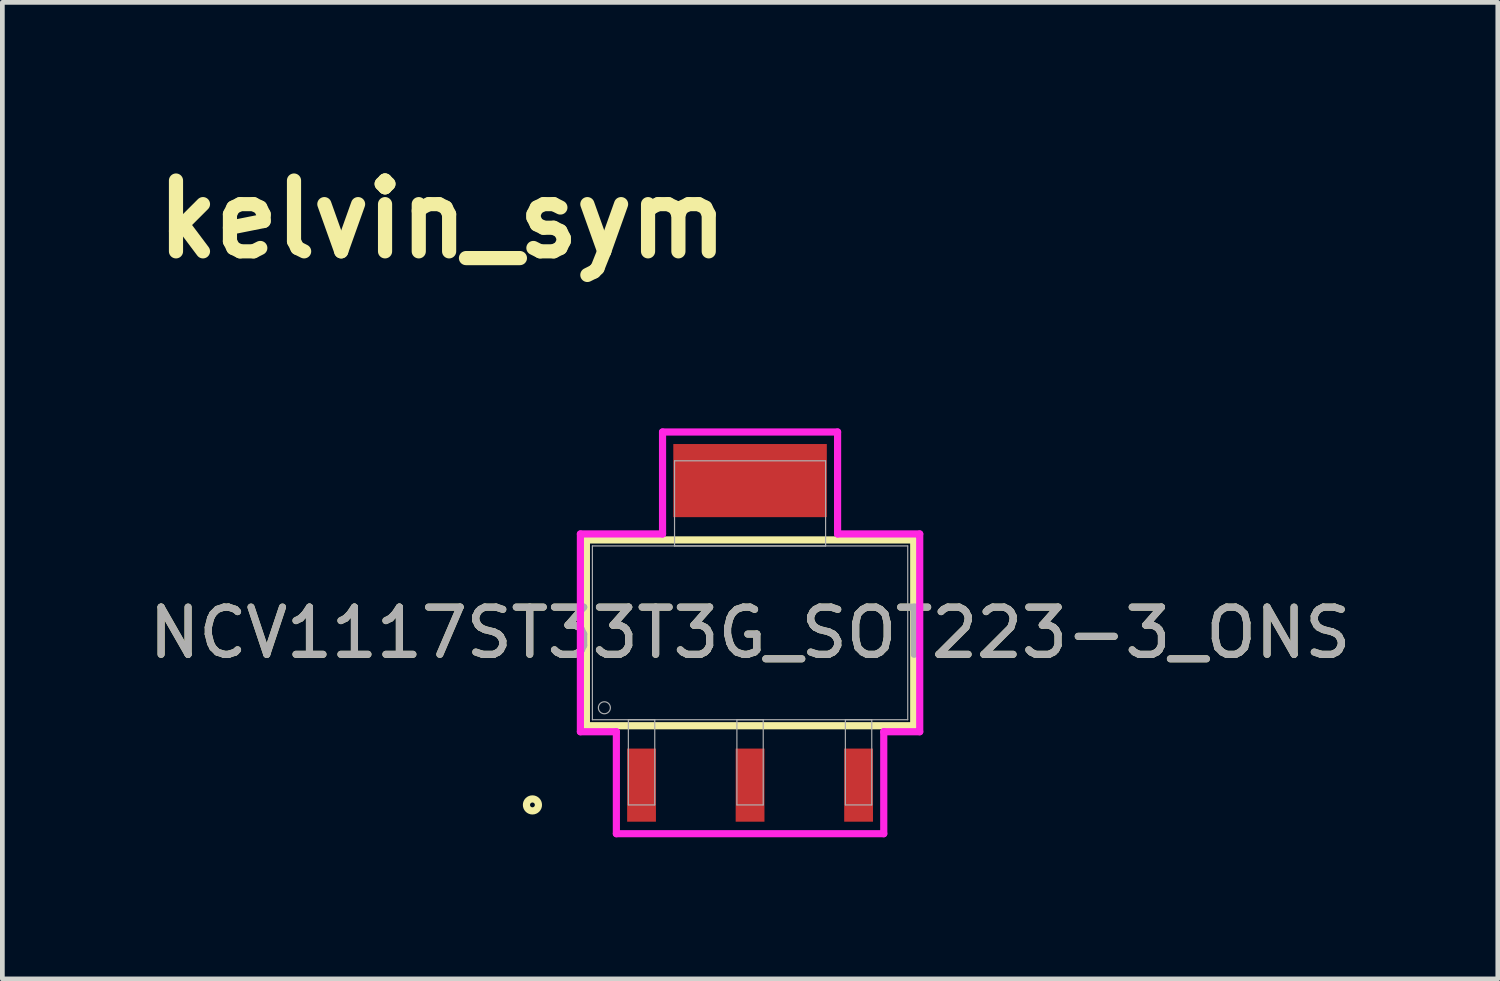
<source format=kicad_pcb>
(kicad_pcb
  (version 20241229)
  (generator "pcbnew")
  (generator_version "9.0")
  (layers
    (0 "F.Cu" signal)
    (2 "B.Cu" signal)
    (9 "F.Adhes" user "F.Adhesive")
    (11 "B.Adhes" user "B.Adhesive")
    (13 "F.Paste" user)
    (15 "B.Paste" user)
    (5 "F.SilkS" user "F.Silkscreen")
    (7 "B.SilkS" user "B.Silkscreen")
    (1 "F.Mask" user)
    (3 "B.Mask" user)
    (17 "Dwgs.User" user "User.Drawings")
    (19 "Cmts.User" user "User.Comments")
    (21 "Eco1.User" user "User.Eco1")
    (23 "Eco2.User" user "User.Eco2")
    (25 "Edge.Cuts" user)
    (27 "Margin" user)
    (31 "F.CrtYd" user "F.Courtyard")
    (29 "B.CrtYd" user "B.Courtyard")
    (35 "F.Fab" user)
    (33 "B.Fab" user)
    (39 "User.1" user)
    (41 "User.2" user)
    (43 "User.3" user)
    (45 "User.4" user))
  (footprint "kelvin_sym"
    (layer "F.Cu")
    (at 6.321 1.596)
    (property "Reference" "kelvin_sym" (at 0 0 0) (layer "F.SilkS") (effects (font (size 1.5 1.5) (thickness 0.3))))
    (attr board_only exclude_from_pos_files exclude_from_bom)
    (fp_poly (pts (xy -0.361 -0.507) (xy -0.333 -0.48) (xy -0.328 -0.447) (xy -0.343 -0.396) (xy -0.358 -0.378) (xy -0.415 -0.35) (xy -0.508 -0.322) (xy -0.629 -0.297) (xy -0.768 -0.278) (xy -0.913 -0.265) (xy -1.026 -0.26) (xy -1.102 -0.259) (xy -1.15 -0.265) (xy -1.178 -0.277) (xy -1.191 -0.289) (xy -1.215 -0.333) (xy -1.202 -0.365) (xy -1.149 -0.388) (xy -1.052 -0.404) (xy -1.026 -0.407) (xy -0.922 -0.42) (xy -0.796 -0.442) (xy -0.669 -0.469) (xy -0.632 -0.478) (xy -0.505 -0.506) (xy -0.417 -0.516)) (stroke (width 0) (type solid)) (fill yes) (layer "F.Mask"))
    (fp_poly (pts (xy 5.087 -0.272) (xy 5.111 -0.259) (xy 5.12 -0.251) (xy 5.145 -0.195) (xy 5.142 -0.157) (xy 5.133 -0.134) (xy 5.117 -0.114) (xy 5.086 -0.097) (xy 5.035 -0.078) (xy 4.958 -0.056) (xy 4.848 -0.03) (xy 4.699 0.004) (xy 4.668 0.011) (xy 4.514 0.043) (xy 4.399 0.061) (xy 4.317 0.065) (xy 4.261 0.056) (xy 4.23 0.036) (xy 4.195 -0.021) (xy 4.201 -0.07) (xy 4.242 -0.101) (xy 4.305 -0.103) (xy 4.349 -0.102) (xy 4.419 -0.112) (xy 4.519 -0.133) (xy 4.652 -0.167) (xy 4.825 -0.214) (xy 4.9 -0.235) (xy 4.993 -0.26) (xy 5.051 -0.272)) (stroke (width 0) (type solid)) (fill yes) (layer "F.Mask"))
    (fp_poly (pts (xy 3.813 -1.092) (xy 3.827 -1.078) (xy 3.85 -1.048) (xy 3.856 -1.018) (xy 3.844 -0.972) (xy 3.824 -0.922) (xy 3.783 -0.845) (xy 3.723 -0.759) (xy 3.672 -0.7) (xy 3.61 -0.627) (xy 3.539 -0.53) (xy 3.469 -0.425) (xy 3.442 -0.381) (xy 3.377 -0.269) (xy 3.299 -0.138) (xy 3.22 -0.008) (xy 3.181 0.058) (xy 3.039 0.292) (xy 3.235 0.481) (xy 3.407 0.63) (xy 3.579 0.74) (xy 3.763 0.818) (xy 3.893 0.855) (xy 4.028 0.881) (xy 4.14 0.886) (xy 4.248 0.869) (xy 4.37 0.83) (xy 4.371 0.83) (xy 4.518 0.775) (xy 4.627 0.735) (xy 4.707 0.708) (xy 4.764 0.693) (xy 4.804 0.688) (xy 4.835 0.691) (xy 4.863 0.7) (xy 4.868 0.702) (xy 4.934 0.74) (xy 4.988 0.786) (xy 5.025 0.818) (xy 5.068 0.835) (xy 5.124 0.837) (xy 5.201 0.823) (xy 5.305 0.791) (xy 5.444 0.742) (xy 5.459 0.736) (xy 5.625 0.677) (xy 5.756 0.638) (xy 5.858 0.618) (xy 5.938 0.615) (xy 6.003 0.627) (xy 6.034 0.641) (xy 6.1 0.664) (xy 6.176 0.676) (xy 6.248 0.677) (xy 6.298 0.665) (xy 6.309 0.655) (xy 6.346 0.634) (xy 6.397 0.64) (xy 6.439 0.669) (xy 6.457 0.703) (xy 6.446 0.744) (xy 6.432 0.768) (xy 6.368 0.834) (xy 6.275 0.873) (xy 6.164 0.885) (xy 6.048 0.868) (xy 5.979 0.842) (xy 5.879 0.793) (xy 5.591 0.911) (xy 5.413 0.98) (xy 5.27 1.028) (xy 5.157 1.054) (xy 5.067 1.06) (xy 4.996 1.045) (xy 4.936 1.011) (xy 4.884 0.959) (xy 4.841 0.914) (xy 4.809 0.891) (xy 4.804 0.89) (xy 4.775 0.899) (xy 4.713 0.925) (xy 4.629 0.963) (xy 4.551 1) (xy 4.44 1.051) (xy 4.356 1.084) (xy 4.284 1.104) (xy 4.209 1.113) (xy 4.144 1.117) (xy 4.022 1.115) (xy 3.903 1.101) (xy 3.839 1.088) (xy 3.6 1.001) (xy 3.373 0.872) (xy 3.167 0.707) (xy 3.128 0.668) (xy 2.943 0.481) (xy 2.883 0.563) (xy 2.809 0.652) (xy 2.728 0.734) (xy 2.649 0.8) (xy 2.583 0.841) (xy 2.558 0.849) (xy 2.469 0.848) (xy 2.391 0.815) (xy 2.337 0.757) (xy 2.318 0.688) (xy 2.33 0.648) (xy 2.537 0.648) (xy 2.571 0.634) (xy 2.571 0.634) (xy 2.616 0.603) (xy 2.635 0.583) (xy 2.636 0.569) (xy 2.603 0.583) (xy 2.603 0.583) (xy 2.558 0.614) (xy 2.538 0.635) (xy 2.537 0.648) (xy 2.33 0.648) (xy 2.337 0.621) (xy 2.39 0.543) (xy 2.466 0.463) (xy 2.557 0.388) (xy 2.654 0.327) (xy 2.748 0.288) (xy 2.768 0.283) (xy 2.816 0.264) (xy 2.863 0.223) (xy 2.916 0.15) (xy 2.93 0.128) (xy 2.977 0.053) (xy 3.015 -0.01) (xy 3.036 -0.047) (xy 3.036 -0.047) (xy 3.056 -0.082) (xy 3.093 -0.145) (xy 3.142 -0.223) (xy 3.154 -0.242) (xy 3.201 -0.317) (xy 3.234 -0.375) (xy 3.25 -0.407) (xy 3.25 -0.41) (xy 3.226 -0.405) (xy 3.17 -0.386) (xy 3.092 -0.356) (xy 3.067 -0.346) (xy 2.951 -0.306) (xy 2.84 -0.28) (xy 2.742 -0.268) (xy 2.666 -0.272) (xy 2.62 -0.292) (xy 2.61 -0.315) (xy 2.627 -0.352) (xy 2.682 -0.378) (xy 2.692 -0.38) (xy 2.819 -0.42) (xy 2.979 -0.484) (xy 3.166 -0.57) (xy 3.235 -0.603) (xy 3.33 -0.652) (xy 3.394 -0.69) (xy 3.439 -0.729) (xy 3.476 -0.778) (xy 3.517 -0.849) (xy 3.524 -0.861) (xy 3.598 -0.987) (xy 3.66 -1.07) (xy 3.715 -1.114) (xy 3.765 -1.121)) (stroke (width 0) (type solid)) (fill yes) (layer "F.Mask"))
    (fp_poly (pts (xy -5.15 -1.595) (xy -5.118 -1.556) (xy -5.114 -1.535) (xy -5.117 -1.505) (xy -5.127 -1.462) (xy -5.147 -1.403) (xy -5.177 -1.324) (xy -5.22 -1.221) (xy -5.276 -1.091) (xy -5.347 -0.931) (xy -5.434 -0.737) (xy -5.539 -0.504) (xy -5.582 -0.411) (xy -5.619 -0.326) (xy -5.646 -0.257) (xy -5.66 -0.215) (xy -5.66 -0.208) (xy -5.64 -0.215) (xy -5.589 -0.246) (xy -5.514 -0.297) (xy -5.421 -0.364) (xy -5.355 -0.413) (xy -5.191 -0.541) (xy -5.054 -0.66) (xy -4.93 -0.785) (xy -4.852 -0.873) (xy -4.73 -1.013) (xy -4.613 -1.143) (xy -4.506 -1.259) (xy -4.413 -1.355) (xy -4.338 -1.428) (xy -4.288 -1.471) (xy -4.276 -1.479) (xy -4.227 -1.489) (xy -4.206 -1.477) (xy -4.197 -1.453) (xy -4.205 -1.415) (xy -4.235 -1.358) (xy -4.289 -1.279) (xy -4.37 -1.172) (xy -4.445 -1.077) (xy -4.612 -0.873) (xy -4.761 -0.702) (xy -4.901 -0.556) (xy -5.037 -0.429) (xy -5.177 -0.314) (xy -5.205 -0.293) (xy -5.451 -0.105) (xy -5.383 -0.034) (xy -5.342 0.021) (xy -5.293 0.105) (xy -5.246 0.202) (xy -5.234 0.23) (xy -5.162 0.392) (xy -5.097 0.517) (xy -5.032 0.613) (xy -4.964 0.688) (xy -4.948 0.702) (xy -4.889 0.748) (xy -4.839 0.768) (xy -4.774 0.769) (xy -4.752 0.767) (xy -4.627 0.734) (xy -4.559 0.694) (xy -4.514 0.655) (xy -4.487 0.616) (xy -4.471 0.561) (xy -4.46 0.474) (xy -4.46 0.473) (xy -4.439 0.351) (xy -4.249 0.351) (xy -4.248 0.351) (xy -4.232 0.333) (xy -4.206 0.288) (xy -4.202 0.281) (xy -4.184 0.234) (xy -4.185 0.211) (xy -4.188 0.211) (xy -4.209 0.23) (xy -4.233 0.278) (xy -4.234 0.281) (xy -4.248 0.329) (xy -4.249 0.351) (xy -4.439 0.351) (xy -4.433 0.314) (xy -4.389 0.192) (xy -4.326 0.103) (xy -4.303 0.082) (xy -4.229 0.04) (xy -4.145 0.023) (xy -4.072 0.034) (xy -4.057 0.042) (xy -4.012 0.097) (xy -3.997 0.179) (xy -4.011 0.282) (xy -4.051 0.4) (xy -4.117 0.525) (xy -4.205 0.648) (xy -4.257 0.724) (xy -4.27 0.777) (xy -4.242 0.809) (xy -4.173 0.819) (xy -4.168 0.819) (xy -4.116 0.814) (xy -4.061 0.795) (xy -3.999 0.758) (xy -3.926 0.702) (xy -3.836 0.622) (xy -3.726 0.514) (xy -3.592 0.376) (xy -3.523 0.303) (xy -3.259 0.015) (xy -3.033 -0.25) (xy -2.844 -0.495) (xy -2.691 -0.721) (xy -2.57 -0.932) (xy -2.517 -1.044) (xy -2.481 -1.117) (xy -2.453 -1.155) (xy -2.423 -1.167) (xy -2.406 -1.166) (xy -2.369 -1.15) (xy -2.351 -1.113) (xy -2.352 -1.049) (xy -2.371 -0.954) (xy -2.41 -0.825) (xy -2.448 -0.714) (xy -2.521 -0.507) (xy -2.578 -0.336) (xy -2.622 -0.193) (xy -2.653 -0.07) (xy -2.675 0.041) (xy -2.689 0.147) (xy -2.697 0.257) (xy -2.699 0.351) (xy -2.701 0.472) (xy -2.7 0.555) (xy -2.696 0.606) (xy -2.688 0.634) (xy -2.673 0.646) (xy -2.651 0.651) (xy -2.651 0.651) (xy -2.608 0.643) (xy -2.543 0.607) (xy -2.45 0.54) (xy -2.393 0.495) (xy -2.262 0.395) (xy -2.158 0.325) (xy -2.077 0.282) (xy -2.011 0.264) (xy -1.956 0.267) (xy -1.903 0.297) (xy -1.868 0.358) (xy -1.852 0.456) (xy -1.849 0.53) (xy -1.841 0.645) (xy -1.815 0.717) (xy -1.771 0.748) (xy -1.757 0.749) (xy -1.722 0.735) (xy -1.662 0.696) (xy -1.585 0.638) (xy -1.523 0.587) (xy -1.437 0.519) (xy -1.359 0.461) (xy -1.298 0.423) (xy -1.271 0.411) (xy -1.2 0.416) (xy -1.12 0.46) (xy -1.038 0.54) (xy -1.001 0.588) (xy -0.946 0.649) (xy -0.885 0.679) (xy -0.812 0.678) (xy -0.72 0.645) (xy -0.602 0.579) (xy -0.574 0.562) (xy -0.485 0.51) (xy -0.404 0.47) (xy -0.344 0.447) (xy -0.326 0.445) (xy -0.269 0.458) (xy -0.2 0.492) (xy -0.173 0.509) (xy -0.133 0.535) (xy -0.092 0.554) (xy -0.042 0.567) (xy 0.028 0.577) (xy 0.128 0.584) (xy 0.234 0.591) (xy 0.376 0.599) (xy 0.523 0.608) (xy 0.659 0.618) (xy 0.761 0.626) (xy 0.861 0.635) (xy 0.924 0.645) (xy 0.958 0.657) (xy 0.974 0.676) (xy 0.979 0.697) (xy 0.976 0.733) (xy 0.948 0.762) (xy 0.886 0.795) (xy 0.876 0.799) (xy 0.835 0.816) (xy 0.796 0.828) (xy 0.75 0.836) (xy 0.691 0.839) (xy 0.61 0.838) (xy 0.498 0.833) (xy 0.348 0.825) (xy 0.339 0.824) (xy 0.161 0.813) (xy 0.023 0.8) (xy -0.079 0.785) (xy -0.154 0.765) (xy -0.205 0.739) (xy -0.24 0.706) (xy -0.258 0.679) (xy -0.281 0.646) (xy -0.311 0.637) (xy -0.355 0.654) (xy -0.421 0.699) (xy -0.459 0.728) (xy -0.594 0.823) (xy -0.708 0.883) (xy -0.809 0.91) (xy -0.904 0.904) (xy -1.001 0.869) (xy -1.008 0.866) (xy -1.081 0.813) (xy -1.147 0.743) (xy -1.159 0.725) (xy -1.198 0.67) (xy -1.231 0.637) (xy -1.241 0.632) (xy -1.267 0.647) (xy -1.318 0.687) (xy -1.386 0.744) (xy -1.421 0.775) (xy -1.516 0.857) (xy -1.589 0.911) (xy -1.653 0.943) (xy -1.717 0.957) (xy -1.78 0.96) (xy -1.865 0.946) (xy -1.939 0.9) (xy -1.947 0.893) (xy -1.986 0.855) (xy -2.01 0.816) (xy -2.023 0.763) (xy -2.032 0.682) (xy -2.035 0.644) (xy -2.048 0.462) (xy -2.234 0.63) (xy -2.342 0.726) (xy -2.427 0.793) (xy -2.497 0.836) (xy -2.564 0.86) (xy -2.636 0.869) (xy -2.72 0.869) (xy -2.793 0.844) (xy -2.858 0.78) (xy -2.909 0.686) (xy -2.928 0.62) (xy -2.94 0.553) (xy -2.942 0.482) (xy -2.936 0.393) (xy -2.92 0.275) (xy -2.915 0.248) (xy -2.896 0.133) (xy -2.874 0.025) (xy -2.854 -0.061) (xy -2.842 -0.099) (xy -2.823 -0.159) (xy -2.815 -0.196) (xy -2.816 -0.202) (xy -2.832 -0.188) (xy -2.87 -0.146) (xy -2.92 -0.084) (xy -2.927 -0.075) (xy -3.017 0.036) (xy -3.127 0.165) (xy -3.248 0.303) (xy -3.372 0.441) (xy -3.491 0.569) (xy -3.598 0.68) (xy -3.684 0.764) (xy -3.69 0.77) (xy -3.776 0.844) (xy -3.865 0.912) (xy -3.942 0.963) (xy -3.961 0.974) (xy -4.091 1.02) (xy -4.214 1.027) (xy -4.324 0.995) (xy -4.412 0.925) (xy -4.416 0.92) (xy -4.44 0.904) (xy -4.474 0.91) (xy -4.529 0.939) (xy -4.655 0.993) (xy -4.785 1.013) (xy -4.861 1.006) (xy -4.93 0.982) (xy -5.006 0.946) (xy -5.017 0.939) (xy -5.08 0.896) (xy -5.136 0.846) (xy -5.189 0.784) (xy -5.242 0.704) (xy -5.3 0.6) (xy -5.366 0.467) (xy -5.443 0.297) (xy -5.479 0.215) (xy -5.53 0.121) (xy -5.58 0.067) (xy -5.627 0.055) (xy -5.649 0.067) (xy -5.692 0.086) (xy -5.745 0.097) (xy -5.783 0.106) (xy -5.812 0.13) (xy -5.841 0.177) (xy -5.877 0.258) (xy -5.881 0.269) (xy -5.961 0.461) (xy -6.025 0.614) (xy -6.077 0.731) (xy -6.118 0.817) (xy -6.151 0.875) (xy -6.179 0.909) (xy -6.203 0.924) (xy -6.227 0.923) (xy -6.253 0.911) (xy -6.27 0.899) (xy -6.309 0.856) (xy -6.321 0.818) (xy -6.312 0.786) (xy -6.289 0.717) (xy -6.253 0.62) (xy -6.209 0.503) (xy -6.158 0.372) (xy -6.104 0.236) (xy -6.05 0.101) (xy -5.998 -0.024) (xy -5.952 -0.133) (xy -5.925 -0.196) (xy -5.892 -0.27) (xy -5.852 -0.365) (xy -5.818 -0.445) (xy -5.778 -0.536) (xy -5.725 -0.652) (xy -5.662 -0.783) (xy -5.593 -0.923) (xy -5.522 -1.065) (xy -5.452 -1.202) (xy -5.387 -1.327) (xy -5.33 -1.432) (xy -5.285 -1.51) (xy -5.256 -1.554) (xy -5.253 -1.557) (xy -5.198 -1.596)) (stroke (width 0) (type solid)) (fill yes) (layer "F.Mask")))
  (footprint "NCV1117ST33T3G_SOT223-3_ONS"
    (layer "F.Cu")
    (at 12.839 10.356)
    (property "Reference" "NCV1117ST33T3G_SOT223-3_ONS" (at 0 0 0) (unlocked yes) (layer "F.SilkS") (effects (font (size 1 1) (thickness 0.15))))
    (attr smd)
    (fp_poly (pts (xy 1.626 -4) (xy -1.626 -4) (xy -1.626 -2.451) (xy 1.626 -2.451)) (stroke (width 0) (type solid)) (fill yes) (layer "F.Cu"))
    (fp_poly (pts (xy 1.651 -4.356) (xy -1.651 -4.356) (xy -1.651 -2.095) (xy 1.651 -2.095)) (stroke (width 0) (type solid)) (fill yes) (layer "F.Mask"))
    (fp_line (start -3.467 -1.968) (end -3.467 1.968) (stroke (width 0.152) (type solid)) (layer "F.SilkS"))
    (fp_line (start -3.467 1.968) (end 3.467 1.968) (stroke (width 0.152) (type solid)) (layer "F.SilkS"))
    (fp_line (start 3.467 -1.968) (end -3.467 -1.968) (stroke (width 0.152) (type solid)) (layer "F.SilkS"))
    (fp_line (start 3.467 1.968) (end 3.467 -1.968) (stroke (width 0.152) (type solid)) (layer "F.SilkS"))
    (fp_circle (center -4.61 3.645) (end -4.483 3.645) (stroke (width 0.152) (type solid)) (fill no) (layer "F.SilkS"))
    (fp_poly (pts (xy 1.626 -4) (xy -1.626 -4) (xy -1.626 -2.451) (xy 1.626 -2.451)) (stroke (width 0) (type solid)) (fill yes) (layer "F.Paste"))
    (fp_line (start -3.594 -2.095) (end -1.854 -2.095) (stroke (width 0.152) (type solid)) (layer "F.CrtYd"))
    (fp_line (start -3.594 2.095) (end -3.594 -2.095) (stroke (width 0.152) (type solid)) (layer "F.CrtYd"))
    (fp_line (start -2.832 2.095) (end -3.594 2.095) (stroke (width 0.152) (type solid)) (layer "F.CrtYd"))
    (fp_line (start -2.832 4.255) (end -2.832 2.095) (stroke (width 0.152) (type solid)) (layer "F.CrtYd"))
    (fp_line (start -1.854 -4.255) (end 1.854 -4.255) (stroke (width 0.152) (type solid)) (layer "F.CrtYd"))
    (fp_line (start -1.854 -2.095) (end -1.854 -4.255) (stroke (width 0.152) (type solid)) (layer "F.CrtYd"))
    (fp_line (start 1.854 -4.255) (end 1.854 -2.095) (stroke (width 0.152) (type solid)) (layer "F.CrtYd"))
    (fp_line (start 1.854 -2.095) (end 3.594 -2.095) (stroke (width 0.152) (type solid)) (layer "F.CrtYd"))
    (fp_line (start 2.832 2.095) (end 2.832 4.255) (stroke (width 0.152) (type solid)) (layer "F.CrtYd"))
    (fp_line (start 2.832 4.255) (end -2.832 4.255) (stroke (width 0.152) (type solid)) (layer "F.CrtYd"))
    (fp_line (start 3.594 -2.095) (end 3.594 2.095) (stroke (width 0.152) (type solid)) (layer "F.CrtYd"))
    (fp_line (start 3.594 2.095) (end 2.832 2.095) (stroke (width 0.152) (type solid)) (layer "F.CrtYd"))
    (fp_line (start -3.34 -1.841) (end -3.34 1.841) (stroke (width 0.025) (type solid)) (layer "F.Fab"))
    (fp_line (start -3.34 1.841) (end 3.34 1.841) (stroke (width 0.025) (type solid)) (layer "F.Fab"))
    (fp_line (start -2.578 1.841) (end -2.578 3.645) (stroke (width 0.025) (type solid)) (layer "F.Fab"))
    (fp_line (start -2.578 3.645) (end -2.019 3.645) (stroke (width 0.025) (type solid)) (layer "F.Fab"))
    (fp_line (start -2.019 1.841) (end -2.578 1.841) (stroke (width 0.025) (type solid)) (layer "F.Fab"))
    (fp_line (start -2.019 3.645) (end -2.019 1.841) (stroke (width 0.025) (type solid)) (layer "F.Fab"))
    (fp_line (start -1.6 -3.645) (end -1.6 -1.841) (stroke (width 0.025) (type solid)) (layer "F.Fab"))
    (fp_line (start -1.6 -1.841) (end 1.6 -1.841) (stroke (width 0.025) (type solid)) (layer "F.Fab"))
    (fp_line (start -0.279 1.841) (end -0.279 3.645) (stroke (width 0.025) (type solid)) (layer "F.Fab"))
    (fp_line (start -0.279 3.645) (end 0.279 3.645) (stroke (width 0.025) (type solid)) (layer "F.Fab"))
    (fp_line (start 0.279 1.841) (end -0.279 1.841) (stroke (width 0.025) (type solid)) (layer "F.Fab"))
    (fp_line (start 0.279 3.645) (end 0.279 1.841) (stroke (width 0.025) (type solid)) (layer "F.Fab"))
    (fp_line (start 1.6 -3.645) (end -1.6 -3.645) (stroke (width 0.025) (type solid)) (layer "F.Fab"))
    (fp_line (start 1.6 -1.841) (end 1.6 -3.645) (stroke (width 0.025) (type solid)) (layer "F.Fab"))
    (fp_line (start 2.019 1.841) (end 2.019 3.645) (stroke (width 0.025) (type solid)) (layer "F.Fab"))
    (fp_line (start 2.019 3.645) (end 2.578 3.645) (stroke (width 0.025) (type solid)) (layer "F.Fab"))
    (fp_line (start 2.578 1.841) (end 2.019 1.841) (stroke (width 0.025) (type solid)) (layer "F.Fab"))
    (fp_line (start 2.578 3.645) (end 2.578 1.841) (stroke (width 0.025) (type solid)) (layer "F.Fab"))
    (fp_line (start 3.34 -1.841) (end -3.34 -1.841) (stroke (width 0.025) (type solid)) (layer "F.Fab"))
    (fp_line (start 3.34 1.841) (end 3.34 -1.841) (stroke (width 0.025) (type solid)) (layer "F.Fab"))
    (fp_circle (center -3.086 1.587) (end -2.959 1.587) (stroke (width 0.025) (type solid)) (fill no) (layer "F.Fab"))
    (fp_text user "${REFERENCE}" (at 0 0 0) (unlocked yes) (layer "F.Fab") (effects (font (size 1 1) (thickness 0.15))))
    (pad "1" smd rect (at -2.299 3.226) (size 0.61 1.549) (layers "F.Cu" "F.Mask" "F.Paste"))
    (pad "2" smd rect (at 0 3.226) (size 0.61 1.549) (layers "F.Cu" "F.Mask" "F.Paste"))
    (pad "3" smd rect (at 2.299 3.226) (size 0.61 1.549) (layers "F.Cu" "F.Mask" "F.Paste")))
  (gr_rect
    (start -3 -3)
    (end 28.679 17.687)
    (stroke (width 0.1) (type default))
    (fill no)
    (layer "Edge.Cuts")))
</source>
